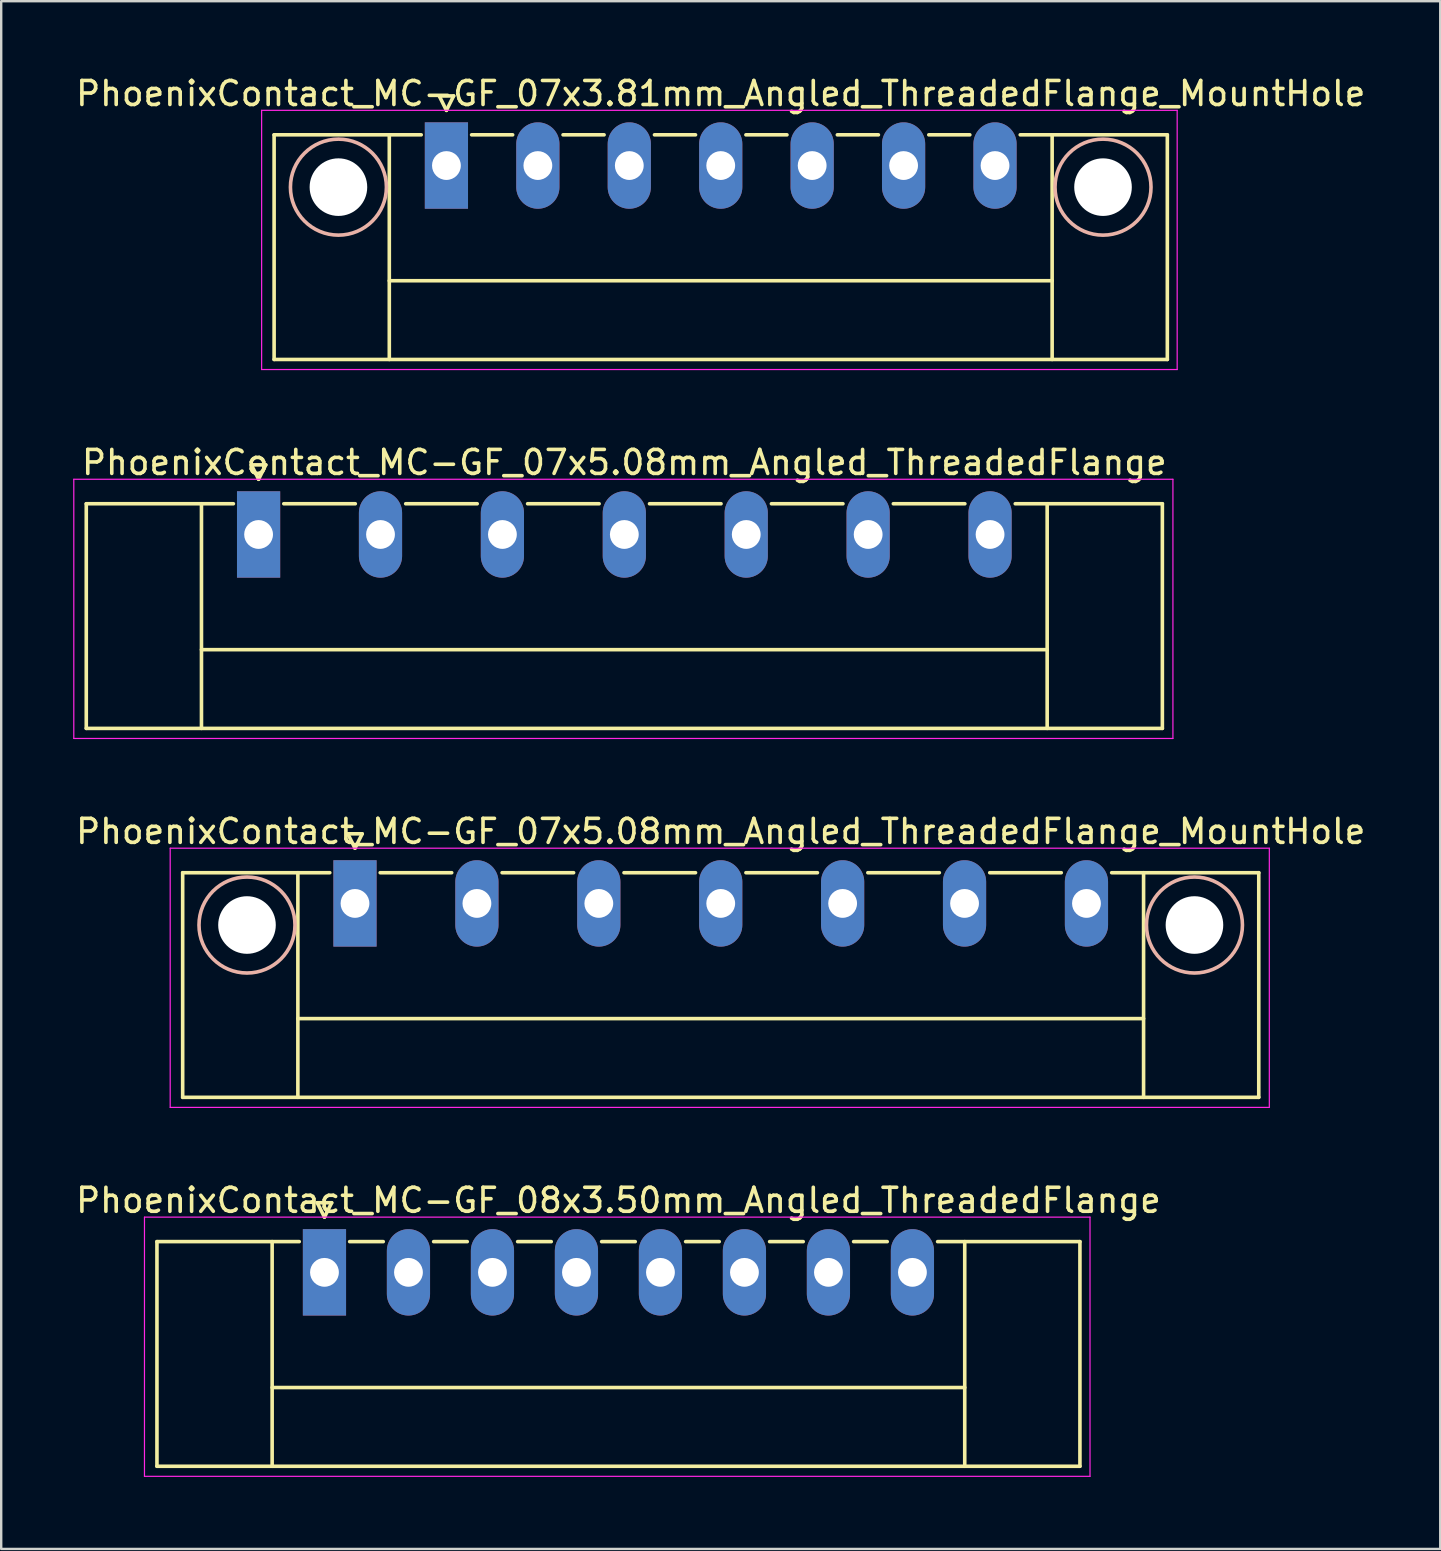
<source format=kicad_pcb>
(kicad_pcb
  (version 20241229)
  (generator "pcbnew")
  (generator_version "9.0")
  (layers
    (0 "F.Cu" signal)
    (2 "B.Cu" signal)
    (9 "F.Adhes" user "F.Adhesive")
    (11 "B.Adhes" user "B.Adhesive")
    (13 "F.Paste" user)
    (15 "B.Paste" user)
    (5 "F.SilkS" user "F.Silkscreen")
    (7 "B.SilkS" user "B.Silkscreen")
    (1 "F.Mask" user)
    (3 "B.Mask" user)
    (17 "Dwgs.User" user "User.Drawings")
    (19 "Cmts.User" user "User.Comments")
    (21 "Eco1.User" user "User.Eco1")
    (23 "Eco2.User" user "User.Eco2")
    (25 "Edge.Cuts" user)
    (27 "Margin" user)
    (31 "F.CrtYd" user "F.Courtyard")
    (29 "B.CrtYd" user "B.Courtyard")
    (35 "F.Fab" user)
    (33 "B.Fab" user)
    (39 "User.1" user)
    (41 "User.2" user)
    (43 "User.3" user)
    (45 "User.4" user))
  (footprint "PhoenixContact_MC-GF_07x5.08mm_Angled_ThreadedFlange_MountHole"
    (layer "F.Cu")
    (at 11.742 34.595)
    (property "Reference" "PhoenixContact_MC-GF_07x5.08mm_Angled_ThreadedFlange_MountHole" (at 15.24 -3 0) (layer "F.SilkS") (effects (font (size 1 1) (thickness 0.15))))
    (attr through_hole)
    (fp_line (start -7.18 -1.28) (end -7.18 8.08) (stroke (width 0.15) (type solid)) (layer "F.SilkS"))
    (fp_line (start -7.18 -1.28) (end -1.05 -1.28) (stroke (width 0.15) (type solid)) (layer "F.SilkS"))
    (fp_line (start -7.18 8.08) (end 37.66 8.08) (stroke (width 0.15) (type solid)) (layer "F.SilkS"))
    (fp_line (start -2.38 -1.28) (end -2.38 8.08) (stroke (width 0.15) (type solid)) (layer "F.SilkS"))
    (fp_line (start -2.38 4.8) (end 32.86 4.8) (stroke (width 0.15) (type solid)) (layer "F.SilkS"))
    (fp_line (start -0.3 -2.9) (end 0 -2.3) (stroke (width 0.15) (type solid)) (layer "F.SilkS"))
    (fp_line (start 0 -2.3) (end 0.3 -2.9) (stroke (width 0.15) (type solid)) (layer "F.SilkS"))
    (fp_line (start 0.3 -2.9) (end -0.3 -2.9) (stroke (width 0.15) (type solid)) (layer "F.SilkS"))
    (fp_line (start 1.05 -1.28) (end 4.03 -1.28) (stroke (width 0.15) (type solid)) (layer "F.SilkS"))
    (fp_line (start 6.13 -1.28) (end 9.11 -1.28) (stroke (width 0.15) (type solid)) (layer "F.SilkS"))
    (fp_line (start 11.21 -1.28) (end 14.19 -1.28) (stroke (width 0.15) (type solid)) (layer "F.SilkS"))
    (fp_line (start 16.29 -1.28) (end 19.27 -1.28) (stroke (width 0.15) (type solid)) (layer "F.SilkS"))
    (fp_line (start 21.37 -1.28) (end 24.35 -1.28) (stroke (width 0.15) (type solid)) (layer "F.SilkS"))
    (fp_line (start 26.45 -1.28) (end 29.43 -1.28) (stroke (width 0.15) (type solid)) (layer "F.SilkS"))
    (fp_line (start 32.86 -1.28) (end 32.86 8.08) (stroke (width 0.15) (type solid)) (layer "F.SilkS"))
    (fp_line (start 37.66 -1.28) (end 31.53 -1.28) (stroke (width 0.15) (type solid)) (layer "F.SilkS"))
    (fp_line (start 37.66 8.08) (end 37.66 -1.28) (stroke (width 0.15) (type solid)) (layer "F.SilkS"))
    (fp_circle (center -4.5 0.9) (end -2.5 0.9) (stroke (width 0.15) (type solid)) (fill no) (layer "B.SilkS"))
    (fp_circle (center 34.98 0.9) (end 36.98 0.9) (stroke (width 0.15) (type solid)) (fill no) (layer "B.SilkS"))
    (fp_line (start -7.7 -2.3) (end -7.7 8.5) (stroke (width 0.05) (type solid)) (layer "F.CrtYd"))
    (fp_line (start -7.7 8.5) (end 38.1 8.5) (stroke (width 0.05) (type solid)) (layer "F.CrtYd"))
    (fp_line (start 38.1 -2.3) (end -7.7 -2.3) (stroke (width 0.05) (type solid)) (layer "F.CrtYd"))
    (fp_line (start 38.1 8.5) (end 38.1 -2.3) (stroke (width 0.05) (type solid)) (layer "F.CrtYd"))
    (pad "" np_thru_hole circle (at -4.5 0.9) (size 2.4 2.4) (drill 2.4) (layers "*.Cu" "*.Mask"))
    (pad "" np_thru_hole circle (at 34.98 0.9) (size 2.4 2.4) (drill 2.4) (layers "*.Cu" "*.Mask"))
    (pad "1" thru_hole rect (at 0 0) (size 1.8 3.6) (drill 1.2) (layers "*.Cu" "*.Mask"))
    (pad "2" thru_hole oval (at 5.08 0) (size 1.8 3.6) (drill 1.2) (layers "*.Cu" "*.Mask"))
    (pad "3" thru_hole oval (at 10.16 0) (size 1.8 3.6) (drill 1.2) (layers "*.Cu" "*.Mask"))
    (pad "4" thru_hole oval (at 15.24 0) (size 1.8 3.6) (drill 1.2) (layers "*.Cu" "*.Mask"))
    (pad "5" thru_hole oval (at 20.32 0) (size 1.8 3.6) (drill 1.2) (layers "*.Cu" "*.Mask"))
    (pad "6" thru_hole oval (at 25.4 0) (size 1.8 3.6) (drill 1.2) (layers "*.Cu" "*.Mask"))
    (pad "7" thru_hole oval (at 30.48 0) (size 1.8 3.6) (drill 1.2) (layers "*.Cu" "*.Mask")))
  (footprint "PhoenixContact_MC-GF_07x3.81mm_Angled_ThreadedFlange_MountHole"
    (layer "F.Cu")
    (at 15.552 3.848)
    (property "Reference" "PhoenixContact_MC-GF_07x3.81mm_Angled_ThreadedFlange_MountHole" (at 11.43 -3 0) (layer "F.SilkS") (effects (font (size 1 1) (thickness 0.15))))
    (attr through_hole)
    (fp_line (start -7.18 -1.28) (end -7.18 8.08) (stroke (width 0.15) (type solid)) (layer "F.SilkS"))
    (fp_line (start -7.18 -1.28) (end -1.05 -1.28) (stroke (width 0.15) (type solid)) (layer "F.SilkS"))
    (fp_line (start -7.18 8.08) (end 30.04 8.08) (stroke (width 0.15) (type solid)) (layer "F.SilkS"))
    (fp_line (start -2.38 -1.28) (end -2.38 8.08) (stroke (width 0.15) (type solid)) (layer "F.SilkS"))
    (fp_line (start -2.38 4.8) (end 25.24 4.8) (stroke (width 0.15) (type solid)) (layer "F.SilkS"))
    (fp_line (start -0.3 -2.9) (end 0 -2.3) (stroke (width 0.15) (type solid)) (layer "F.SilkS"))
    (fp_line (start 0 -2.3) (end 0.3 -2.9) (stroke (width 0.15) (type solid)) (layer "F.SilkS"))
    (fp_line (start 0.3 -2.9) (end -0.3 -2.9) (stroke (width 0.15) (type solid)) (layer "F.SilkS"))
    (fp_line (start 1.05 -1.28) (end 2.76 -1.28) (stroke (width 0.15) (type solid)) (layer "F.SilkS"))
    (fp_line (start 4.86 -1.28) (end 6.57 -1.28) (stroke (width 0.15) (type solid)) (layer "F.SilkS"))
    (fp_line (start 8.67 -1.28) (end 10.38 -1.28) (stroke (width 0.15) (type solid)) (layer "F.SilkS"))
    (fp_line (start 12.48 -1.28) (end 14.19 -1.28) (stroke (width 0.15) (type solid)) (layer "F.SilkS"))
    (fp_line (start 16.29 -1.28) (end 18 -1.28) (stroke (width 0.15) (type solid)) (layer "F.SilkS"))
    (fp_line (start 20.1 -1.28) (end 21.81 -1.28) (stroke (width 0.15) (type solid)) (layer "F.SilkS"))
    (fp_line (start 25.24 -1.28) (end 25.24 8.08) (stroke (width 0.15) (type solid)) (layer "F.SilkS"))
    (fp_line (start 30.04 -1.28) (end 23.91 -1.28) (stroke (width 0.15) (type solid)) (layer "F.SilkS"))
    (fp_line (start 30.04 8.08) (end 30.04 -1.28) (stroke (width 0.15) (type solid)) (layer "F.SilkS"))
    (fp_circle (center -4.5 0.9) (end -2.5 0.9) (stroke (width 0.15) (type solid)) (fill no) (layer "B.SilkS"))
    (fp_circle (center 27.36 0.9) (end 29.36 0.9) (stroke (width 0.15) (type solid)) (fill no) (layer "B.SilkS"))
    (fp_line (start -7.7 -2.3) (end -7.7 8.5) (stroke (width 0.05) (type solid)) (layer "F.CrtYd"))
    (fp_line (start -7.7 8.5) (end 30.45 8.5) (stroke (width 0.05) (type solid)) (layer "F.CrtYd"))
    (fp_line (start 30.45 -2.3) (end -7.7 -2.3) (stroke (width 0.05) (type solid)) (layer "F.CrtYd"))
    (fp_line (start 30.45 8.5) (end 30.45 -2.3) (stroke (width 0.05) (type solid)) (layer "F.CrtYd"))
    (pad "" np_thru_hole circle (at -4.5 0.9) (size 2.4 2.4) (drill 2.4) (layers "*.Cu" "*.Mask"))
    (pad "" np_thru_hole circle (at 27.36 0.9) (size 2.4 2.4) (drill 2.4) (layers "*.Cu" "*.Mask"))
    (pad "1" thru_hole rect (at 0 0) (size 1.8 3.6) (drill 1.2) (layers "*.Cu" "*.Mask"))
    (pad "2" thru_hole oval (at 3.81 0) (size 1.8 3.6) (drill 1.2) (layers "*.Cu" "*.Mask"))
    (pad "3" thru_hole oval (at 7.62 0) (size 1.8 3.6) (drill 1.2) (layers "*.Cu" "*.Mask"))
    (pad "4" thru_hole oval (at 11.43 0) (size 1.8 3.6) (drill 1.2) (layers "*.Cu" "*.Mask"))
    (pad "5" thru_hole oval (at 15.24 0) (size 1.8 3.6) (drill 1.2) (layers "*.Cu" "*.Mask"))
    (pad "6" thru_hole oval (at 19.05 0) (size 1.8 3.6) (drill 1.2) (layers "*.Cu" "*.Mask"))
    (pad "7" thru_hole oval (at 22.86 0) (size 1.8 3.6) (drill 1.2) (layers "*.Cu" "*.Mask")))
  (footprint "PhoenixContact_MC-GF_07x5.08mm_Angled_ThreadedFlange"
    (layer "F.Cu")
    (at 7.725 19.221)
    (property "Reference" "PhoenixContact_MC-GF_07x5.08mm_Angled_ThreadedFlange" (at 15.24 -3 0) (layer "F.SilkS") (effects (font (size 1 1) (thickness 0.15))))
    (attr through_hole)
    (fp_line (start -7.18 -1.28) (end -7.18 8.08) (stroke (width 0.15) (type solid)) (layer "F.SilkS"))
    (fp_line (start -7.18 -1.28) (end -1.05 -1.28) (stroke (width 0.15) (type solid)) (layer "F.SilkS"))
    (fp_line (start -7.18 8.08) (end 37.66 8.08) (stroke (width 0.15) (type solid)) (layer "F.SilkS"))
    (fp_line (start -2.38 -1.28) (end -2.38 8.08) (stroke (width 0.15) (type solid)) (layer "F.SilkS"))
    (fp_line (start -2.38 4.8) (end 32.86 4.8) (stroke (width 0.15) (type solid)) (layer "F.SilkS"))
    (fp_line (start -0.3 -2.9) (end 0 -2.3) (stroke (width 0.15) (type solid)) (layer "F.SilkS"))
    (fp_line (start 0 -2.3) (end 0.3 -2.9) (stroke (width 0.15) (type solid)) (layer "F.SilkS"))
    (fp_line (start 0.3 -2.9) (end -0.3 -2.9) (stroke (width 0.15) (type solid)) (layer "F.SilkS"))
    (fp_line (start 1.05 -1.28) (end 4.03 -1.28) (stroke (width 0.15) (type solid)) (layer "F.SilkS"))
    (fp_line (start 6.13 -1.28) (end 9.11 -1.28) (stroke (width 0.15) (type solid)) (layer "F.SilkS"))
    (fp_line (start 11.21 -1.28) (end 14.19 -1.28) (stroke (width 0.15) (type solid)) (layer "F.SilkS"))
    (fp_line (start 16.29 -1.28) (end 19.27 -1.28) (stroke (width 0.15) (type solid)) (layer "F.SilkS"))
    (fp_line (start 21.37 -1.28) (end 24.35 -1.28) (stroke (width 0.15) (type solid)) (layer "F.SilkS"))
    (fp_line (start 26.45 -1.28) (end 29.43 -1.28) (stroke (width 0.15) (type solid)) (layer "F.SilkS"))
    (fp_line (start 32.86 -1.28) (end 32.86 8.08) (stroke (width 0.15) (type solid)) (layer "F.SilkS"))
    (fp_line (start 37.66 -1.28) (end 31.53 -1.28) (stroke (width 0.15) (type solid)) (layer "F.SilkS"))
    (fp_line (start 37.66 8.08) (end 37.66 -1.28) (stroke (width 0.15) (type solid)) (layer "F.SilkS"))
    (fp_line (start -7.7 -2.3) (end -7.7 8.5) (stroke (width 0.05) (type solid)) (layer "F.CrtYd"))
    (fp_line (start -7.7 8.5) (end 38.1 8.5) (stroke (width 0.05) (type solid)) (layer "F.CrtYd"))
    (fp_line (start 38.1 -2.3) (end -7.7 -2.3) (stroke (width 0.05) (type solid)) (layer "F.CrtYd"))
    (fp_line (start 38.1 8.5) (end 38.1 -2.3) (stroke (width 0.05) (type solid)) (layer "F.CrtYd"))
    (pad "1" thru_hole rect (at 0 0) (size 1.8 3.6) (drill 1.2) (layers "*.Cu" "*.Mask"))
    (pad "2" thru_hole oval (at 5.08 0) (size 1.8 3.6) (drill 1.2) (layers "*.Cu" "*.Mask"))
    (pad "3" thru_hole oval (at 10.16 0) (size 1.8 3.6) (drill 1.2) (layers "*.Cu" "*.Mask"))
    (pad "4" thru_hole oval (at 15.24 0) (size 1.8 3.6) (drill 1.2) (layers "*.Cu" "*.Mask"))
    (pad "5" thru_hole oval (at 20.32 0) (size 1.8 3.6) (drill 1.2) (layers "*.Cu" "*.Mask"))
    (pad "6" thru_hole oval (at 25.4 0) (size 1.8 3.6) (drill 1.2) (layers "*.Cu" "*.Mask"))
    (pad "7" thru_hole oval (at 30.48 0) (size 1.8 3.6) (drill 1.2) (layers "*.Cu" "*.Mask")))
  (footprint "PhoenixContact_MC-GF_08x3.50mm_Angled_ThreadedFlange"
    (layer "F.Cu")
    (at 10.47 49.968)
    (property "Reference" "PhoenixContact_MC-GF_08x3.50mm_Angled_ThreadedFlange" (at 12.25 -3 0) (layer "F.SilkS") (effects (font (size 1 1) (thickness 0.15))))
    (attr through_hole)
    (fp_line (start -6.98 -1.28) (end -6.98 8.08) (stroke (width 0.15) (type solid)) (layer "F.SilkS"))
    (fp_line (start -6.98 -1.28) (end -1.05 -1.28) (stroke (width 0.15) (type solid)) (layer "F.SilkS"))
    (fp_line (start -6.98 8.08) (end 31.48 8.08) (stroke (width 0.15) (type solid)) (layer "F.SilkS"))
    (fp_line (start -2.18 -1.28) (end -2.18 8.08) (stroke (width 0.15) (type solid)) (layer "F.SilkS"))
    (fp_line (start -2.18 4.8) (end 26.68 4.8) (stroke (width 0.15) (type solid)) (layer "F.SilkS"))
    (fp_line (start -0.3 -2.9) (end 0 -2.3) (stroke (width 0.15) (type solid)) (layer "F.SilkS"))
    (fp_line (start 0 -2.3) (end 0.3 -2.9) (stroke (width 0.15) (type solid)) (layer "F.SilkS"))
    (fp_line (start 0.3 -2.9) (end -0.3 -2.9) (stroke (width 0.15) (type solid)) (layer "F.SilkS"))
    (fp_line (start 1.05 -1.28) (end 2.45 -1.28) (stroke (width 0.15) (type solid)) (layer "F.SilkS"))
    (fp_line (start 4.55 -1.28) (end 5.95 -1.28) (stroke (width 0.15) (type solid)) (layer "F.SilkS"))
    (fp_line (start 8.05 -1.28) (end 9.45 -1.28) (stroke (width 0.15) (type solid)) (layer "F.SilkS"))
    (fp_line (start 11.55 -1.28) (end 12.95 -1.28) (stroke (width 0.15) (type solid)) (layer "F.SilkS"))
    (fp_line (start 15.05 -1.28) (end 16.45 -1.28) (stroke (width 0.15) (type solid)) (layer "F.SilkS"))
    (fp_line (start 18.55 -1.28) (end 19.95 -1.28) (stroke (width 0.15) (type solid)) (layer "F.SilkS"))
    (fp_line (start 22.05 -1.28) (end 23.45 -1.28) (stroke (width 0.15) (type solid)) (layer "F.SilkS"))
    (fp_line (start 26.68 -1.28) (end 26.68 8.08) (stroke (width 0.15) (type solid)) (layer "F.SilkS"))
    (fp_line (start 31.48 -1.28) (end 25.55 -1.28) (stroke (width 0.15) (type solid)) (layer "F.SilkS"))
    (fp_line (start 31.48 8.08) (end 31.48 -1.28) (stroke (width 0.15) (type solid)) (layer "F.SilkS"))
    (fp_line (start -7.5 -2.3) (end -7.5 8.5) (stroke (width 0.05) (type solid)) (layer "F.CrtYd"))
    (fp_line (start -7.5 8.5) (end 31.9 8.5) (stroke (width 0.05) (type solid)) (layer "F.CrtYd"))
    (fp_line (start 31.9 -2.3) (end -7.5 -2.3) (stroke (width 0.05) (type solid)) (layer "F.CrtYd"))
    (fp_line (start 31.9 8.5) (end 31.9 -2.3) (stroke (width 0.05) (type solid)) (layer "F.CrtYd"))
    (pad "1" thru_hole rect (at 0 0) (size 1.8 3.6) (drill 1.2) (layers "*.Cu" "*.Mask"))
    (pad "2" thru_hole oval (at 3.5 0) (size 1.8 3.6) (drill 1.2) (layers "*.Cu" "*.Mask"))
    (pad "3" thru_hole oval (at 7 0) (size 1.8 3.6) (drill 1.2) (layers "*.Cu" "*.Mask"))
    (pad "4" thru_hole oval (at 10.5 0) (size 1.8 3.6) (drill 1.2) (layers "*.Cu" "*.Mask"))
    (pad "5" thru_hole oval (at 14 0) (size 1.8 3.6) (drill 1.2) (layers "*.Cu" "*.Mask"))
    (pad "6" thru_hole oval (at 17.5 0) (size 1.8 3.6) (drill 1.2) (layers "*.Cu" "*.Mask"))
    (pad "7" thru_hole oval (at 21 0) (size 1.8 3.6) (drill 1.2) (layers "*.Cu" "*.Mask"))
    (pad "8" thru_hole oval (at 24.5 0) (size 1.8 3.6) (drill 1.2) (layers "*.Cu" "*.Mask")))
  (gr_rect
    (start -3 -3)
    (end 56.964 61.493)
    (stroke (width 0.1) (type default))
    (fill no)
    (layer "Edge.Cuts")))
</source>
